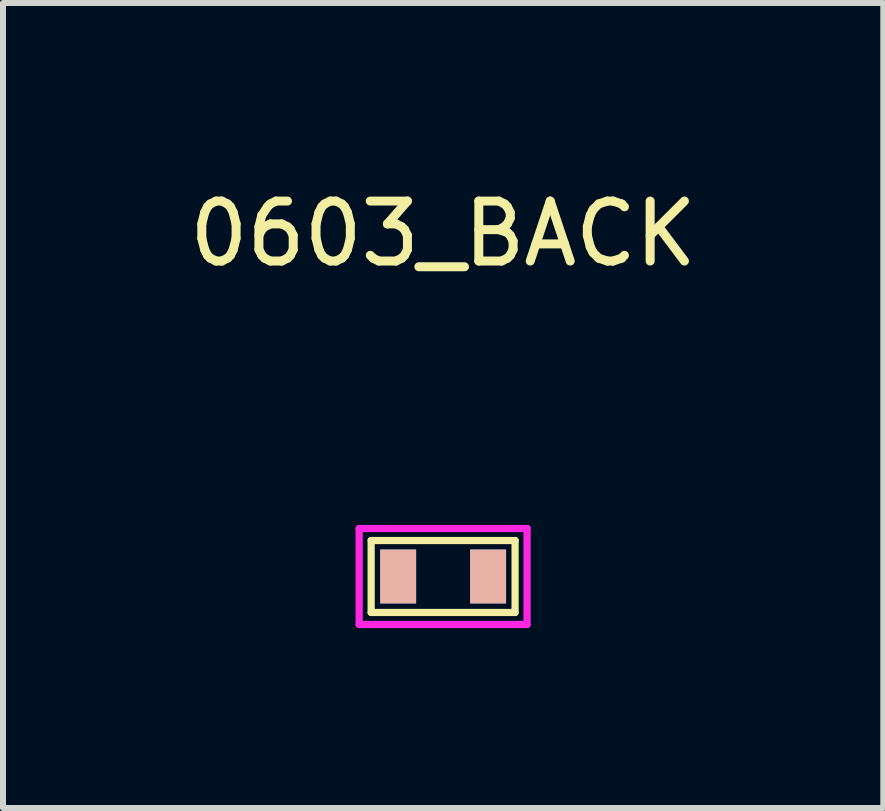
<source format=kicad_pcb>
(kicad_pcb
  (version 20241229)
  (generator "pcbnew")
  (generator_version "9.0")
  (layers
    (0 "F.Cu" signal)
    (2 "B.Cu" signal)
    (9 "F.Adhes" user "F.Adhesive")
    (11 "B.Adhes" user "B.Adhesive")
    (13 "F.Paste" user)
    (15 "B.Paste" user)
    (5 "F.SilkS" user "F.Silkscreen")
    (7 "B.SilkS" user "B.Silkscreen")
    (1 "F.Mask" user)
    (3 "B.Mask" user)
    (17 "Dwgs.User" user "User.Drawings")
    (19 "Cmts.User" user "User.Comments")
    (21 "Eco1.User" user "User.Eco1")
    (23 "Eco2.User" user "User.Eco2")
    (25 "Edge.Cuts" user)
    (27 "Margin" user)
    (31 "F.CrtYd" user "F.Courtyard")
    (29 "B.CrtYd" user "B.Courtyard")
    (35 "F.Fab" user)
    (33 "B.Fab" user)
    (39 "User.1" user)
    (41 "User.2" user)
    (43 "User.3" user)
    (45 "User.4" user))
  (footprint "0603_BACK"
    (layer "F.Cu")
    (at 4.339 6.563)
    (property "Reference" "0603_BACK" (at 0 -5.715 0) (layer "F.SilkS") (effects (font (size 1 1) (thickness 0.15))))
    (attr through_hole)
    (fp_line (start -1.2 -0.6) (end -1.2 0.6) (stroke (width 0.12) (type solid)) (layer "F.SilkS"))
    (fp_line (start -1.2 0.6) (end 1.2 0.6) (stroke (width 0.12) (type solid)) (layer "F.SilkS"))
    (fp_line (start 1.2 -0.6) (end -1.2 -0.6) (stroke (width 0.12) (type solid)) (layer "F.SilkS"))
    (fp_line (start 1.2 0.6) (end 1.2 -0.6) (stroke (width 0.12) (type solid)) (layer "F.SilkS"))
    (fp_line (start -1.4 -0.8) (end 1.4 -0.8) (stroke (width 0.12) (type solid)) (layer "F.CrtYd"))
    (fp_line (start -1.4 0.8) (end -1.4 -0.8) (stroke (width 0.12) (type solid)) (layer "F.CrtYd"))
    (fp_line (start 1.4 -0.8) (end 1.4 0.8) (stroke (width 0.12) (type solid)) (layer "F.CrtYd"))
    (fp_line (start 1.4 0.8) (end -1.4 0.8) (stroke (width 0.12) (type solid)) (layer "F.CrtYd"))
    (pad "1" smd rect (at -0.75 0) (size 0.6 0.9) (layers "B.Cu" "B.Mask" "B.SilkS"))
    (pad "2" smd rect (at 0.75 0) (size 0.6 0.9) (layers "B.Cu" "B.Mask" "B.SilkS")))
  (gr_rect
    (start -3 -3)
    (end 11.679 10.423)
    (stroke (width 0.1) (type default))
    (fill no)
    (layer "Edge.Cuts")))
</source>
